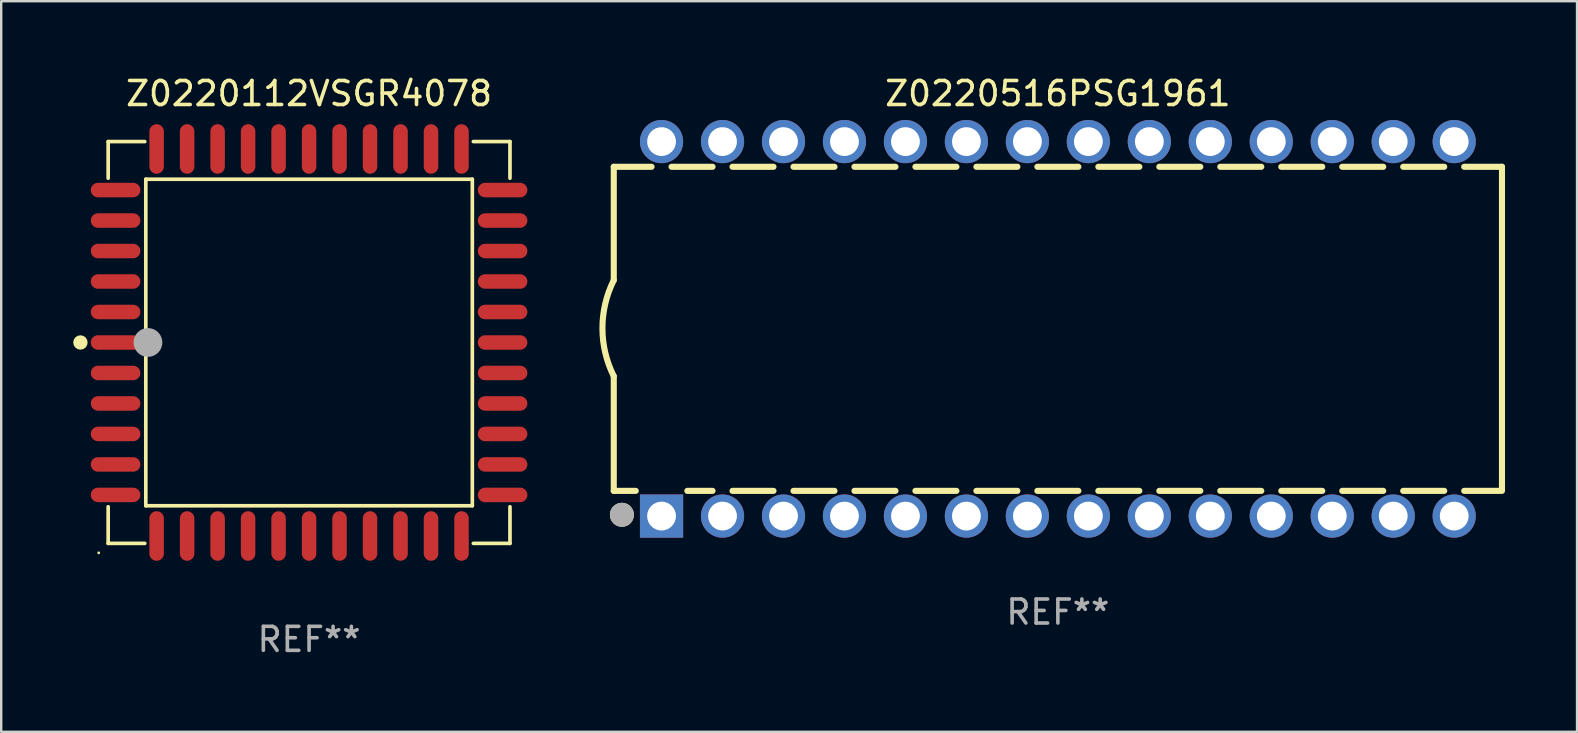
<source format=kicad_pcb>
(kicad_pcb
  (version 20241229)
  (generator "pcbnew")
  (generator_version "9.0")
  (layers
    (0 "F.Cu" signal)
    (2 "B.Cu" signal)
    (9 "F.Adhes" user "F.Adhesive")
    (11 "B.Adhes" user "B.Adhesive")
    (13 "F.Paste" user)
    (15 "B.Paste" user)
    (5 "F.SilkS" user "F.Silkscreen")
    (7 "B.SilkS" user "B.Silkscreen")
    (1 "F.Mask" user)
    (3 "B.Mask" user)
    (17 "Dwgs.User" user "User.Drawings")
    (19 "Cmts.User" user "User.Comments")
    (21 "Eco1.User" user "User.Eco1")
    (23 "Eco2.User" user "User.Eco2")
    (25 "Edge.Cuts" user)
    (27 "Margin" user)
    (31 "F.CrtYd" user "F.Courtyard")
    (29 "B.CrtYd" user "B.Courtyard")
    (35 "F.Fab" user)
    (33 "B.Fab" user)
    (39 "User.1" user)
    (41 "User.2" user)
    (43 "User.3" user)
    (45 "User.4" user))
  (footprint "Z0220516PSG1961"
    (layer "F.Cu")
    (at 41.018 10.648)
    (property "Reference" "Z0220516PSG1961" (at 0 -9.8 0) (layer "F.SilkS") (effects (font (size 1 1) (thickness 0.15))))
    (attr through_hole)
    (fp_line (start -18.5 -6.75) (end -18.5 -2.026) (stroke (width 0.254) (type solid)) (layer "F.SilkS"))
    (fp_line (start -18.5 -6.75) (end -16.926 -6.75) (stroke (width 0.254) (type solid)) (layer "F.SilkS"))
    (fp_line (start -18.5 6.75) (end -18.5 1.974) (stroke (width 0.254) (type solid)) (layer "F.SilkS"))
    (fp_line (start -18.5 6.75) (end -17.584 6.75) (stroke (width 0.254) (type solid)) (layer "F.SilkS"))
    (fp_line (start -16.094 -6.75) (end -14.386 -6.75) (stroke (width 0.254) (type solid)) (layer "F.SilkS"))
    (fp_line (start -15.436 6.75) (end -14.386 6.75) (stroke (width 0.254) (type solid)) (layer "F.SilkS"))
    (fp_line (start -13.554 -6.75) (end -11.846 -6.75) (stroke (width 0.254) (type solid)) (layer "F.SilkS"))
    (fp_line (start -13.554 6.75) (end -11.846 6.75) (stroke (width 0.254) (type solid)) (layer "F.SilkS"))
    (fp_line (start -11.014 -6.75) (end -9.306 -6.75) (stroke (width 0.254) (type solid)) (layer "F.SilkS"))
    (fp_line (start -11.014 6.75) (end -9.306 6.75) (stroke (width 0.254) (type solid)) (layer "F.SilkS"))
    (fp_line (start -8.474 -6.75) (end -6.766 -6.75) (stroke (width 0.254) (type solid)) (layer "F.SilkS"))
    (fp_line (start -8.474 6.75) (end -6.766 6.75) (stroke (width 0.254) (type solid)) (layer "F.SilkS"))
    (fp_line (start -5.934 -6.75) (end -4.226 -6.75) (stroke (width 0.254) (type solid)) (layer "F.SilkS"))
    (fp_line (start -5.934 6.75) (end -4.226 6.75) (stroke (width 0.254) (type solid)) (layer "F.SilkS"))
    (fp_line (start -3.394 -6.75) (end -1.686 -6.75) (stroke (width 0.254) (type solid)) (layer "F.SilkS"))
    (fp_line (start -3.394 6.75) (end -1.686 6.75) (stroke (width 0.254) (type solid)) (layer "F.SilkS"))
    (fp_line (start -0.854 -6.75) (end 0.854 -6.75) (stroke (width 0.254) (type solid)) (layer "F.SilkS"))
    (fp_line (start -0.854 6.75) (end 0.854 6.75) (stroke (width 0.254) (type solid)) (layer "F.SilkS"))
    (fp_line (start 1.686 -6.75) (end 3.394 -6.75) (stroke (width 0.254) (type solid)) (layer "F.SilkS"))
    (fp_line (start 1.686 6.75) (end 3.394 6.75) (stroke (width 0.254) (type solid)) (layer "F.SilkS"))
    (fp_line (start 4.226 -6.75) (end 5.934 -6.75) (stroke (width 0.254) (type solid)) (layer "F.SilkS"))
    (fp_line (start 4.226 6.75) (end 5.934 6.75) (stroke (width 0.254) (type solid)) (layer "F.SilkS"))
    (fp_line (start 6.766 -6.75) (end 8.474 -6.75) (stroke (width 0.254) (type solid)) (layer "F.SilkS"))
    (fp_line (start 6.766 6.75) (end 8.474 6.75) (stroke (width 0.254) (type solid)) (layer "F.SilkS"))
    (fp_line (start 9.306 -6.75) (end 11.014 -6.75) (stroke (width 0.254) (type solid)) (layer "F.SilkS"))
    (fp_line (start 9.306 6.75) (end 11.014 6.75) (stroke (width 0.254) (type solid)) (layer "F.SilkS"))
    (fp_line (start 11.846 -6.75) (end 13.554 -6.75) (stroke (width 0.254) (type solid)) (layer "F.SilkS"))
    (fp_line (start 11.846 6.75) (end 13.554 6.75) (stroke (width 0.254) (type solid)) (layer "F.SilkS"))
    (fp_line (start 14.386 -6.75) (end 16.094 -6.75) (stroke (width 0.254) (type solid)) (layer "F.SilkS"))
    (fp_line (start 14.386 6.75) (end 16.094 6.75) (stroke (width 0.254) (type solid)) (layer "F.SilkS"))
    (fp_line (start 16.926 -6.75) (end 18.5 -6.75) (stroke (width 0.254) (type solid)) (layer "F.SilkS"))
    (fp_line (start 16.926 6.75) (end 18.415 6.75) (stroke (width 0.254) (type solid)) (layer "F.SilkS"))
    (fp_line (start 18.5 6.75) (end 18.5 -6.75) (stroke (width 0.254) (type solid)) (layer "F.SilkS"))
    (fp_arc (start -18.500051 1.974384) (mid -18.972187 -0.025616) (end -18.500051 -2.025616) (stroke (width 0.254001) (type solid)) (layer "F.SilkS"))
    (fp_circle (center -18.5 7.8) (end -18.47 7.8) (stroke (width 0.06) (type solid)) (fill no) (layer "F.SilkS"))
    (fp_circle (center -18.161 7.747) (end -17.911 7.747) (stroke (width 0.5) (type solid)) (fill no) (layer "F.SilkS"))
    (fp_circle (center -18.161 7.747) (end -17.911 7.747) (stroke (width 0.5) (type solid)) (fill no) (layer "F.Fab"))
    (fp_text user "REF**" (at 0 11.8 0) (layer "F.Fab") (effects (font (size 1 1) (thickness 0.15))))
    (pad "1" thru_hole rect (at -16.51 7.8) (size 1.8 1.8) (drill 1.2) (layers "*.Cu" "*.Mask"))
    (pad "2" thru_hole circle (at -13.97 7.8) (size 1.8 1.8) (drill 1.2) (layers "*.Cu" "*.Mask"))
    (pad "3" thru_hole circle (at -11.43 7.8) (size 1.8 1.8) (drill 1.2) (layers "*.Cu" "*.Mask"))
    (pad "4" thru_hole circle (at -8.89 7.8) (size 1.8 1.8) (drill 1.2) (layers "*.Cu" "*.Mask"))
    (pad "5" thru_hole circle (at -6.35 7.8) (size 1.8 1.8) (drill 1.2) (layers "*.Cu" "*.Mask"))
    (pad "6" thru_hole circle (at -3.81 7.8) (size 1.8 1.8) (drill 1.2) (layers "*.Cu" "*.Mask"))
    (pad "7" thru_hole circle (at -1.27 7.8) (size 1.8 1.8) (drill 1.2) (layers "*.Cu" "*.Mask"))
    (pad "8" thru_hole circle (at 1.27 7.8) (size 1.8 1.8) (drill 1.2) (layers "*.Cu" "*.Mask"))
    (pad "9" thru_hole circle (at 3.81 7.8) (size 1.8 1.8) (drill 1.2) (layers "*.Cu" "*.Mask"))
    (pad "10" thru_hole circle (at 6.35 7.8) (size 1.8 1.8) (drill 1.2) (layers "*.Cu" "*.Mask"))
    (pad "11" thru_hole circle (at 8.89 7.8) (size 1.8 1.8) (drill 1.2) (layers "*.Cu" "*.Mask"))
    (pad "12" thru_hole circle (at 11.43 7.8) (size 1.8 1.8) (drill 1.2) (layers "*.Cu" "*.Mask"))
    (pad "13" thru_hole circle (at 13.97 7.8) (size 1.8 1.8) (drill 1.2) (layers "*.Cu" "*.Mask"))
    (pad "14" thru_hole circle (at 16.51 7.8) (size 1.8 1.8) (drill 1.2) (layers "*.Cu" "*.Mask"))
    (pad "15" thru_hole circle (at 16.51 -7.8) (size 1.8 1.8) (drill 1.2) (layers "*.Cu" "*.Mask"))
    (pad "16" thru_hole circle (at 13.97 -7.8) (size 1.8 1.8) (drill 1.2) (layers "*.Cu" "*.Mask"))
    (pad "17" thru_hole circle (at 11.43 -7.8) (size 1.8 1.8) (drill 1.2) (layers "*.Cu" "*.Mask"))
    (pad "18" thru_hole circle (at 8.89 -7.8) (size 1.8 1.8) (drill 1.2) (layers "*.Cu" "*.Mask"))
    (pad "19" thru_hole circle (at 6.35 -7.8) (size 1.8 1.8) (drill 1.2) (layers "*.Cu" "*.Mask"))
    (pad "20" thru_hole circle (at 3.81 -7.8) (size 1.8 1.8) (drill 1.2) (layers "*.Cu" "*.Mask"))
    (pad "21" thru_hole circle (at 1.27 -7.8) (size 1.8 1.8) (drill 1.2) (layers "*.Cu" "*.Mask"))
    (pad "22" thru_hole circle (at -1.27 -7.8) (size 1.8 1.8) (drill 1.2) (layers "*.Cu" "*.Mask"))
    (pad "23" thru_hole circle (at -3.81 -7.8) (size 1.8 1.8) (drill 1.2) (layers "*.Cu" "*.Mask"))
    (pad "24" thru_hole circle (at -6.35 -7.8) (size 1.8 1.8) (drill 1.2) (layers "*.Cu" "*.Mask"))
    (pad "25" thru_hole circle (at -8.89 -7.8) (size 1.8 1.8) (drill 1.2) (layers "*.Cu" "*.Mask"))
    (pad "26" thru_hole circle (at -11.43 -7.8) (size 1.8 1.8) (drill 1.2) (layers "*.Cu" "*.Mask"))
    (pad "27" thru_hole circle (at -13.97 -7.8) (size 1.8 1.8) (drill 1.2) (layers "*.Cu" "*.Mask"))
    (pad "28" thru_hole circle (at -16.51 -7.8) (size 1.8 1.8) (drill 1.2) (layers "*.Cu" "*.Mask")))
  (footprint "Z0220112VSGR4078"
    (layer "F.Cu")
    (at 9.825 11.217)
    (property "Reference" "Z0220112VSGR4078" (at 0 -10.369 0) (layer "F.SilkS") (effects (font (size 1 1) (thickness 0.15))))
    (attr through_hole)
    (fp_line (start -8.369 -8.369) (end -6.843 -8.369) (stroke (width 0.152) (type solid)) (layer "F.SilkS"))
    (fp_line (start -8.369 -6.843) (end -8.369 -8.369) (stroke (width 0.152) (type solid)) (layer "F.SilkS"))
    (fp_line (start -8.369 6.843) (end -8.369 8.369) (stroke (width 0.152) (type solid)) (layer "F.SilkS"))
    (fp_line (start -8.369 8.369) (end -6.843 8.369) (stroke (width 0.152) (type solid)) (layer "F.SilkS"))
    (fp_line (start -6.801 -6.801) (end 6.801 -6.801) (stroke (width 0.152) (type solid)) (layer "F.SilkS"))
    (fp_line (start -6.801 6.801) (end -6.801 -6.801) (stroke (width 0.152) (type solid)) (layer "F.SilkS"))
    (fp_line (start 6.801 -6.801) (end 6.801 6.801) (stroke (width 0.152) (type solid)) (layer "F.SilkS"))
    (fp_line (start 6.801 6.801) (end -6.801 6.801) (stroke (width 0.152) (type solid)) (layer "F.SilkS"))
    (fp_line (start 8.369 -8.369) (end 6.843 -8.369) (stroke (width 0.152) (type solid)) (layer "F.SilkS"))
    (fp_line (start 8.369 -6.843) (end 8.369 -8.369) (stroke (width 0.152) (type solid)) (layer "F.SilkS"))
    (fp_line (start 8.369 6.843) (end 8.369 8.369) (stroke (width 0.152) (type solid)) (layer "F.SilkS"))
    (fp_line (start 8.369 8.369) (end 6.843 8.369) (stroke (width 0.152) (type solid)) (layer "F.SilkS"))
    (fp_circle (center -9.525 -0.000127) (end -9.375 -0.000127) (stroke (width 0.3) (type solid)) (fill no) (layer "F.SilkS"))
    (fp_circle (center -8.763 8.763) (end -8.733 8.763) (stroke (width 0.06) (type solid)) (fill no) (layer "F.SilkS"))
    (fp_circle (center -6.712 -0.000127) (end -6.412 -0.000127) (stroke (width 0.6) (type solid)) (fill no) (layer "F.Fab"))
    (fp_text user "REF**" (at 0 12.369 0) (layer "F.Fab") (effects (font (size 1 1) (thickness 0.15))))
    (pad "1" smd oval (at -8.061 -0.000127 90) (size 0.604 2.064) (layers "F.Cu" "F.Mask" "F.Paste"))
    (pad "2" smd oval (at -8.061 1.27 90) (size 0.604 2.064) (layers "F.Cu" "F.Mask" "F.Paste"))
    (pad "3" smd oval (at -8.061 2.54 90) (size 0.604 2.064) (layers "F.Cu" "F.Mask" "F.Paste"))
    (pad "4" smd oval (at -8.061 3.81 90) (size 0.604 2.064) (layers "F.Cu" "F.Mask" "F.Paste"))
    (pad "5" smd oval (at -8.061 5.08 90) (size 0.604 2.064) (layers "F.Cu" "F.Mask" "F.Paste"))
    (pad "6" smd oval (at -8.061 6.35 90) (size 0.604 2.064) (layers "F.Cu" "F.Mask" "F.Paste"))
    (pad "7" smd oval (at -6.35 8.061 90) (size 2.064 0.604) (layers "F.Cu" "F.Mask" "F.Paste"))
    (pad "8" smd oval (at -5.08 8.061 90) (size 2.064 0.604) (layers "F.Cu" "F.Mask" "F.Paste"))
    (pad "9" smd oval (at -3.81 8.061 90) (size 2.064 0.604) (layers "F.Cu" "F.Mask" "F.Paste"))
    (pad "10" smd oval (at -2.54 8.061 90) (size 2.064 0.604) (layers "F.Cu" "F.Mask" "F.Paste"))
    (pad "11" smd oval (at -1.27 8.061 90) (size 2.064 0.604) (layers "F.Cu" "F.Mask" "F.Paste"))
    (pad "12" smd oval (at 0.000076 8.061 90) (size 2.064 0.604) (layers "F.Cu" "F.Mask" "F.Paste"))
    (pad "13" smd oval (at 1.27 8.061 90) (size 2.064 0.604) (layers "F.Cu" "F.Mask" "F.Paste"))
    (pad "14" smd oval (at 2.54 8.061 90) (size 2.064 0.604) (layers "F.Cu" "F.Mask" "F.Paste"))
    (pad "15" smd oval (at 3.81 8.061 90) (size 2.064 0.604) (layers "F.Cu" "F.Mask" "F.Paste"))
    (pad "16" smd oval (at 5.08 8.061 90) (size 2.064 0.604) (layers "F.Cu" "F.Mask" "F.Paste"))
    (pad "17" smd oval (at 6.35 8.061 90) (size 2.064 0.604) (layers "F.Cu" "F.Mask" "F.Paste"))
    (pad "18" smd oval (at 8.062 6.35 90) (size 0.604 2.064) (layers "F.Cu" "F.Mask" "F.Paste"))
    (pad "19" smd oval (at 8.062 5.08 90) (size 0.604 2.064) (layers "F.Cu" "F.Mask" "F.Paste"))
    (pad "20" smd oval (at 8.062 3.81 90) (size 0.604 2.064) (layers "F.Cu" "F.Mask" "F.Paste"))
    (pad "21" smd oval (at 8.062 2.54 90) (size 0.604 2.064) (layers "F.Cu" "F.Mask" "F.Paste"))
    (pad "22" smd oval (at 8.062 1.27 90) (size 0.604 2.064) (layers "F.Cu" "F.Mask" "F.Paste"))
    (pad "23" smd oval (at 8.062 -0.000127 90) (size 0.604 2.064) (layers "F.Cu" "F.Mask" "F.Paste"))
    (pad "24" smd oval (at 8.062 -1.27 90) (size 0.604 2.064) (layers "F.Cu" "F.Mask" "F.Paste"))
    (pad "25" smd oval (at 8.062 -2.54 90) (size 0.604 2.064) (layers "F.Cu" "F.Mask" "F.Paste"))
    (pad "26" smd oval (at 8.062 -3.81 90) (size 0.604 2.064) (layers "F.Cu" "F.Mask" "F.Paste"))
    (pad "27" smd oval (at 8.062 -5.08 90) (size 0.604 2.064) (layers "F.Cu" "F.Mask" "F.Paste"))
    (pad "28" smd oval (at 8.062 -6.35 90) (size 0.604 2.064) (layers "F.Cu" "F.Mask" "F.Paste"))
    (pad "29" smd oval (at 6.35 -8.061 90) (size 2.064 0.604) (layers "F.Cu" "F.Mask" "F.Paste"))
    (pad "30" smd oval (at 5.08 -8.061 90) (size 2.064 0.604) (layers "F.Cu" "F.Mask" "F.Paste"))
    (pad "31" smd oval (at 3.81 -8.061 90) (size 2.064 0.604) (layers "F.Cu" "F.Mask" "F.Paste"))
    (pad "32" smd oval (at 2.54 -8.061 90) (size 2.064 0.604) (layers "F.Cu" "F.Mask" "F.Paste"))
    (pad "33" smd oval (at 1.27 -8.061 90) (size 2.064 0.604) (layers "F.Cu" "F.Mask" "F.Paste"))
    (pad "34" smd oval (at 0.000076 -8.061 90) (size 2.064 0.604) (layers "F.Cu" "F.Mask" "F.Paste"))
    (pad "35" smd oval (at -1.27 -8.061 90) (size 2.064 0.604) (layers "F.Cu" "F.Mask" "F.Paste"))
    (pad "36" smd oval (at -2.54 -8.061 90) (size 2.064 0.604) (layers "F.Cu" "F.Mask" "F.Paste"))
    (pad "37" smd oval (at -3.81 -8.061 90) (size 2.064 0.604) (layers "F.Cu" "F.Mask" "F.Paste"))
    (pad "38" smd oval (at -5.08 -8.061 90) (size 2.064 0.604) (layers "F.Cu" "F.Mask" "F.Paste"))
    (pad "39" smd oval (at -6.35 -8.061 90) (size 2.064 0.604) (layers "F.Cu" "F.Mask" "F.Paste"))
    (pad "40" smd oval (at -8.061 -6.35 90) (size 0.604 2.064) (layers "F.Cu" "F.Mask" "F.Paste"))
    (pad "41" smd oval (at -8.061 -5.08 90) (size 0.604 2.064) (layers "F.Cu" "F.Mask" "F.Paste"))
    (pad "42" smd oval (at -8.061 -3.81 90) (size 0.604 2.064) (layers "F.Cu" "F.Mask" "F.Paste"))
    (pad "43" smd oval (at -8.061 -2.54 90) (size 0.604 2.064) (layers "F.Cu" "F.Mask" "F.Paste"))
    (pad "44" smd oval (at -8.061 -1.27 90) (size 0.604 2.064) (layers "F.Cu" "F.Mask" "F.Paste")))
  (gr_rect
    (start -3 -3)
    (end 62.645 27.435)
    (stroke (width 0.1) (type default))
    (fill no)
    (layer "Edge.Cuts")))
</source>
